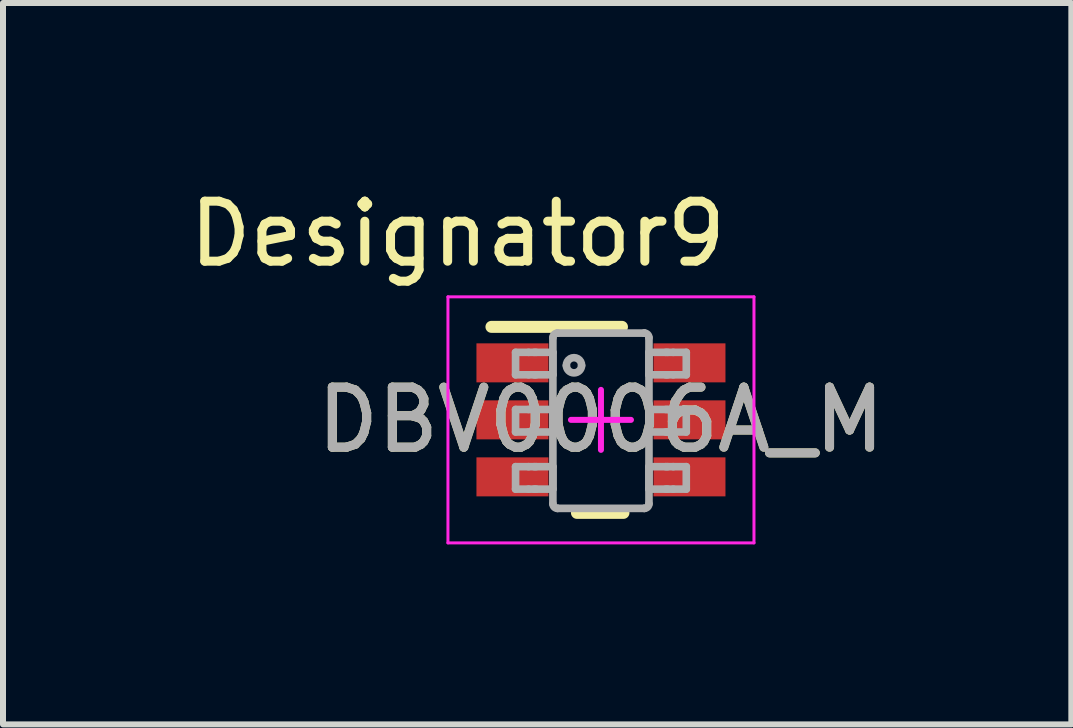
<source format=kicad_pcb>
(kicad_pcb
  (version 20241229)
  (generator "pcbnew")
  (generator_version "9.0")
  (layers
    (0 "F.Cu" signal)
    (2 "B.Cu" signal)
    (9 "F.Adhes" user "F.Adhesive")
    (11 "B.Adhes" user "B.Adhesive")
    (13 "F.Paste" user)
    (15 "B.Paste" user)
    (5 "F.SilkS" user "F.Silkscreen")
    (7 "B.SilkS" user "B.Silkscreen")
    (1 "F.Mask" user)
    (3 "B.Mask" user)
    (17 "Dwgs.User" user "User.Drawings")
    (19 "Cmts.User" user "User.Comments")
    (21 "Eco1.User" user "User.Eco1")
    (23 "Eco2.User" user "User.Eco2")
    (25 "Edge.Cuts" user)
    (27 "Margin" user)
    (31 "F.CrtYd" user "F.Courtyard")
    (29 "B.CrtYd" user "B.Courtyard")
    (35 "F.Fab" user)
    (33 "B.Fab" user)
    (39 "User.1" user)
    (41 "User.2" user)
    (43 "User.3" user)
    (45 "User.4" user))
  (footprint "DBV0006A_M"
    (layer "F.Cu")
    (at 6.965 3.947)
    (property "Reference" "DBV0006A_M" (at 0 0 0) (unlocked yes) (layer "F.SilkS") (effects (font (size 1 1) (thickness 0.15))))
    (attr smd)
    (fp_line (start -1.825 -1.55) (end 0.35 -1.55) (stroke (width 0.2) (type solid)) (layer "F.SilkS"))
    (fp_line (start -0.4 1.55) (end 0.375 1.55) (stroke (width 0.2) (type solid)) (layer "F.SilkS"))
    (fp_line (start -2.55 -2.05) (end 2.55 -2.05) (stroke (width 0.05) (type solid)) (layer "F.CrtYd"))
    (fp_line (start -2.55 2.05) (end -2.55 -2.05) (stroke (width 0.05) (type solid)) (layer "F.CrtYd"))
    (fp_line (start -2.55 2.05) (end 2.55 2.05) (stroke (width 0.05) (type solid)) (layer "F.CrtYd"))
    (fp_line (start -0.5 0) (end 0.5 0) (stroke (width 0.1) (type solid)) (layer "F.CrtYd"))
    (fp_line (start 0 0.5) (end 0 -0.5) (stroke (width 0.1) (type solid)) (layer "F.CrtYd"))
    (fp_line (start 2.55 2.05) (end 2.55 -2.05) (stroke (width 0.05) (type solid)) (layer "F.CrtYd"))
    (fp_line (start -1.423 -1.125) (end -1.206 -1.125) (stroke (width 0.127) (type solid)) (layer "F.Fab"))
    (fp_line (start -1.423 -0.751) (end -1.423 -1.125) (stroke (width 0.127) (type solid)) (layer "F.Fab"))
    (fp_line (start -1.423 -0.751) (end -1.206 -0.751) (stroke (width 0.127) (type solid)) (layer "F.Fab"))
    (fp_line (start -1.423 -0.173) (end -1.206 -0.173) (stroke (width 0.127) (type solid)) (layer "F.Fab"))
    (fp_line (start -1.423 0.202) (end -1.423 -0.173) (stroke (width 0.127) (type solid)) (layer "F.Fab"))
    (fp_line (start -1.423 0.202) (end -1.206 0.202) (stroke (width 0.127) (type solid)) (layer "F.Fab"))
    (fp_line (start -1.423 0.78) (end -1.206 0.78) (stroke (width 0.127) (type solid)) (layer "F.Fab"))
    (fp_line (start -1.423 1.154) (end -1.423 0.78) (stroke (width 0.127) (type solid)) (layer "F.Fab"))
    (fp_line (start -1.423 1.154) (end -1.206 1.154) (stroke (width 0.127) (type solid)) (layer "F.Fab"))
    (fp_line (start -1.206 -1.125) (end -1.113 -1.125) (stroke (width 0.127) (type solid)) (layer "F.Fab"))
    (fp_line (start -1.206 -0.751) (end -1.113 -0.751) (stroke (width 0.127) (type solid)) (layer "F.Fab"))
    (fp_line (start -1.206 -0.173) (end -1.113 -0.173) (stroke (width 0.127) (type solid)) (layer "F.Fab"))
    (fp_line (start -1.206 0.202) (end -1.113 0.202) (stroke (width 0.127) (type solid)) (layer "F.Fab"))
    (fp_line (start -1.206 0.78) (end -1.113 0.78) (stroke (width 0.127) (type solid)) (layer "F.Fab"))
    (fp_line (start -1.206 1.154) (end -1.113 1.154) (stroke (width 0.127) (type solid)) (layer "F.Fab"))
    (fp_line (start -1.113 -1.125) (end -1.081 -1.125) (stroke (width 0.127) (type solid)) (layer "F.Fab"))
    (fp_line (start -1.113 -0.751) (end -1.081 -0.751) (stroke (width 0.127) (type solid)) (layer "F.Fab"))
    (fp_line (start -1.113 -0.173) (end -1.081 -0.173) (stroke (width 0.127) (type solid)) (layer "F.Fab"))
    (fp_line (start -1.113 0.202) (end -1.081 0.202) (stroke (width 0.127) (type solid)) (layer "F.Fab"))
    (fp_line (start -1.113 0.78) (end -1.081 0.78) (stroke (width 0.127) (type solid)) (layer "F.Fab"))
    (fp_line (start -1.113 1.154) (end -1.081 1.154) (stroke (width 0.127) (type solid)) (layer "F.Fab"))
    (fp_line (start -1.081 -1.125) (end -0.828 -1.125) (stroke (width 0.127) (type solid)) (layer "F.Fab"))
    (fp_line (start -1.081 -0.751) (end -0.828 -0.751) (stroke (width 0.127) (type solid)) (layer "F.Fab"))
    (fp_line (start -1.081 -0.173) (end -0.828 -0.173) (stroke (width 0.127) (type solid)) (layer "F.Fab"))
    (fp_line (start -1.081 0.202) (end -0.828 0.202) (stroke (width 0.127) (type solid)) (layer "F.Fab"))
    (fp_line (start -1.081 0.78) (end -0.828 0.78) (stroke (width 0.127) (type solid)) (layer "F.Fab"))
    (fp_line (start -1.081 1.154) (end -0.828 1.154) (stroke (width 0.127) (type solid)) (layer "F.Fab"))
    (fp_line (start -0.828 -1.125) (end -0.801 -1.125) (stroke (width 0.127) (type solid)) (layer "F.Fab"))
    (fp_line (start -0.828 -0.751) (end -0.801 -0.751) (stroke (width 0.127) (type solid)) (layer "F.Fab"))
    (fp_line (start -0.828 -0.173) (end -0.801 -0.173) (stroke (width 0.127) (type solid)) (layer "F.Fab"))
    (fp_line (start -0.828 0.202) (end -0.801 0.202) (stroke (width 0.127) (type solid)) (layer "F.Fab"))
    (fp_line (start -0.828 0.78) (end -0.801 0.78) (stroke (width 0.127) (type solid)) (layer "F.Fab"))
    (fp_line (start -0.828 1.154) (end -0.801 1.154) (stroke (width 0.127) (type solid)) (layer "F.Fab"))
    (fp_line (start -0.801 -0.751) (end -0.801 -1.125) (stroke (width 0.127) (type solid)) (layer "F.Fab"))
    (fp_line (start -0.801 0.202) (end -0.801 -0.173) (stroke (width 0.127) (type solid)) (layer "F.Fab"))
    (fp_line (start -0.801 1.154) (end -0.801 0.78) (stroke (width 0.127) (type solid)) (layer "F.Fab"))
    (fp_line (start -0.801 1.399) (end -0.801 -1.37) (stroke (width 0.127) (type solid)) (layer "F.Fab"))
    (fp_line (start -0.725 -1.446) (end -0.724 -1.446) (stroke (width 0.127) (type solid)) (layer "F.Fab"))
    (fp_line (start -0.725 1.475) (end -0.724 1.475) (stroke (width 0.127) (type solid)) (layer "F.Fab"))
    (fp_line (start -0.724 -1.446) (end 0.723 -1.446) (stroke (width 0.127) (type solid)) (layer "F.Fab"))
    (fp_line (start -0.724 1.475) (end 0.723 1.475) (stroke (width 0.127) (type solid)) (layer "F.Fab"))
    (fp_line (start 0.723 -1.446) (end 0.724 -1.446) (stroke (width 0.127) (type solid)) (layer "F.Fab"))
    (fp_line (start 0.723 1.475) (end 0.724 1.475) (stroke (width 0.127) (type solid)) (layer "F.Fab"))
    (fp_line (start 0.8 -1.125) (end 0.827 -1.125) (stroke (width 0.127) (type solid)) (layer "F.Fab"))
    (fp_line (start 0.8 -0.751) (end 0.8 -1.125) (stroke (width 0.127) (type solid)) (layer "F.Fab"))
    (fp_line (start 0.8 -0.751) (end 0.827 -0.751) (stroke (width 0.127) (type solid)) (layer "F.Fab"))
    (fp_line (start 0.8 -0.173) (end 0.827 -0.173) (stroke (width 0.127) (type solid)) (layer "F.Fab"))
    (fp_line (start 0.8 0.202) (end 0.8 -0.173) (stroke (width 0.127) (type solid)) (layer "F.Fab"))
    (fp_line (start 0.8 0.202) (end 0.827 0.202) (stroke (width 0.127) (type solid)) (layer "F.Fab"))
    (fp_line (start 0.8 0.78) (end 0.827 0.78) (stroke (width 0.127) (type solid)) (layer "F.Fab"))
    (fp_line (start 0.8 1.154) (end 0.8 0.78) (stroke (width 0.127) (type solid)) (layer "F.Fab"))
    (fp_line (start 0.8 1.154) (end 0.827 1.154) (stroke (width 0.127) (type solid)) (layer "F.Fab"))
    (fp_line (start 0.8 1.399) (end 0.8 -1.37) (stroke (width 0.127) (type solid)) (layer "F.Fab"))
    (fp_line (start 0.827 -1.125) (end 1.08 -1.125) (stroke (width 0.127) (type solid)) (layer "F.Fab"))
    (fp_line (start 0.827 -0.751) (end 1.08 -0.751) (stroke (width 0.127) (type solid)) (layer "F.Fab"))
    (fp_line (start 0.827 -0.173) (end 1.08 -0.173) (stroke (width 0.127) (type solid)) (layer "F.Fab"))
    (fp_line (start 0.827 0.202) (end 1.08 0.202) (stroke (width 0.127) (type solid)) (layer "F.Fab"))
    (fp_line (start 0.827 0.78) (end 1.08 0.78) (stroke (width 0.127) (type solid)) (layer "F.Fab"))
    (fp_line (start 0.827 1.154) (end 1.08 1.154) (stroke (width 0.127) (type solid)) (layer "F.Fab"))
    (fp_line (start 1.08 -1.125) (end 1.112 -1.125) (stroke (width 0.127) (type solid)) (layer "F.Fab"))
    (fp_line (start 1.08 -0.751) (end 1.112 -0.751) (stroke (width 0.127) (type solid)) (layer "F.Fab"))
    (fp_line (start 1.08 -0.173) (end 1.112 -0.173) (stroke (width 0.127) (type solid)) (layer "F.Fab"))
    (fp_line (start 1.08 0.202) (end 1.112 0.202) (stroke (width 0.127) (type solid)) (layer "F.Fab"))
    (fp_line (start 1.08 0.78) (end 1.112 0.78) (stroke (width 0.127) (type solid)) (layer "F.Fab"))
    (fp_line (start 1.08 1.154) (end 1.112 1.154) (stroke (width 0.127) (type solid)) (layer "F.Fab"))
    (fp_line (start 1.112 -1.125) (end 1.205 -1.125) (stroke (width 0.127) (type solid)) (layer "F.Fab"))
    (fp_line (start 1.112 -0.751) (end 1.205 -0.751) (stroke (width 0.127) (type solid)) (layer "F.Fab"))
    (fp_line (start 1.112 -0.173) (end 1.205 -0.173) (stroke (width 0.127) (type solid)) (layer "F.Fab"))
    (fp_line (start 1.112 0.202) (end 1.205 0.202) (stroke (width 0.127) (type solid)) (layer "F.Fab"))
    (fp_line (start 1.112 0.78) (end 1.205 0.78) (stroke (width 0.127) (type solid)) (layer "F.Fab"))
    (fp_line (start 1.112 1.154) (end 1.205 1.154) (stroke (width 0.127) (type solid)) (layer "F.Fab"))
    (fp_line (start 1.205 -1.125) (end 1.422 -1.125) (stroke (width 0.127) (type solid)) (layer "F.Fab"))
    (fp_line (start 1.205 -0.751) (end 1.422 -0.751) (stroke (width 0.127) (type solid)) (layer "F.Fab"))
    (fp_line (start 1.205 -0.173) (end 1.422 -0.173) (stroke (width 0.127) (type solid)) (layer "F.Fab"))
    (fp_line (start 1.205 0.202) (end 1.422 0.202) (stroke (width 0.127) (type solid)) (layer "F.Fab"))
    (fp_line (start 1.205 0.78) (end 1.422 0.78) (stroke (width 0.127) (type solid)) (layer "F.Fab"))
    (fp_line (start 1.205 1.154) (end 1.422 1.154) (stroke (width 0.127) (type solid)) (layer "F.Fab"))
    (fp_line (start 1.422 -0.751) (end 1.422 -1.125) (stroke (width 0.127) (type solid)) (layer "F.Fab"))
    (fp_line (start 1.422 0.202) (end 1.422 -0.173) (stroke (width 0.127) (type solid)) (layer "F.Fab"))
    (fp_line (start 1.422 1.154) (end 1.422 0.78) (stroke (width 0.127) (type solid)) (layer "F.Fab"))
    (fp_arc (start -0.800692 -1.369901) (mid -0.778512 -1.423533) (end -0.724999 -1.446) (stroke (width 0.127) (type solid)) (layer "F.Fab"))
    (fp_arc (start -0.724999 1.475002) (mid -0.778507 1.452548) (end -0.800692 1.398928) (stroke (width 0.127) (type solid)) (layer "F.Fab"))
    (fp_arc (start -0.576537 -0.906071) (mid -0.449562 -1.033046) (end -0.322588 -0.906071) (stroke (width 0.127) (type solid)) (layer "F.Fab"))
    (fp_arc (start -0.322588 -0.906071) (mid -0.449562 -0.779097) (end -0.576537 -0.906071) (stroke (width 0.127) (type solid)) (layer "F.Fab"))
    (fp_arc (start 0.723841 -1.446) (mid 0.777341 -1.423528) (end 0.799508 -1.369901) (stroke (width 0.127) (type solid)) (layer "F.Fab"))
    (fp_arc (start 0.799508 1.398928) (mid 0.777336 1.452543) (end 0.723841 1.475002) (stroke (width 0.127) (type solid)) (layer "F.Fab"))
    (fp_text user "Designator9" (at -2.388 -3.099 0) (unlocked yes) (layer "F.SilkS") (effects (font (size 1 1) (thickness 0.15))))
    (fp_text user "${REFERENCE}" (at 0 0 0) (unlocked yes) (layer "F.Fab") (effects (font (size 1 1) (thickness 0.15))))
    (pad "1" smd rect (at -1.475 -0.95 90) (size 0.65 1.2) (layers "F.Cu" "F.Mask" "F.Paste"))
    (pad "2" smd rect (at -1.475 0 90) (size 0.65 1.2) (layers "F.Cu" "F.Mask" "F.Paste"))
    (pad "3" smd rect (at -1.475 0.95 90) (size 0.65 1.2) (layers "F.Cu" "F.Mask" "F.Paste"))
    (pad "4" smd rect (at 1.475 0.95 90) (size 0.65 1.2) (layers "F.Cu" "F.Mask" "F.Paste"))
    (pad "5" smd rect (at 1.475 0 90) (size 0.65 1.2) (layers "F.Cu" "F.Mask" "F.Paste"))
    (pad "6" smd rect (at 1.475 -0.95 90) (size 0.65 1.2) (layers "F.Cu" "F.Mask" "F.Paste")))
  (gr_rect
    (start -3 -3)
    (end 14.804 9.022)
    (stroke (width 0.1) (type default))
    (fill no)
    (layer "Edge.Cuts")))
</source>
